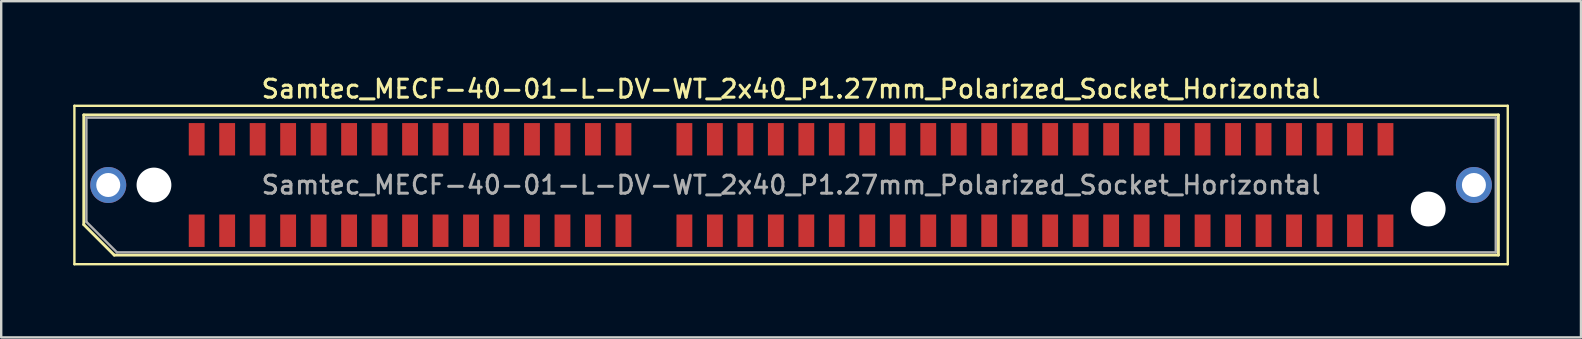
<source format=kicad_pcb>
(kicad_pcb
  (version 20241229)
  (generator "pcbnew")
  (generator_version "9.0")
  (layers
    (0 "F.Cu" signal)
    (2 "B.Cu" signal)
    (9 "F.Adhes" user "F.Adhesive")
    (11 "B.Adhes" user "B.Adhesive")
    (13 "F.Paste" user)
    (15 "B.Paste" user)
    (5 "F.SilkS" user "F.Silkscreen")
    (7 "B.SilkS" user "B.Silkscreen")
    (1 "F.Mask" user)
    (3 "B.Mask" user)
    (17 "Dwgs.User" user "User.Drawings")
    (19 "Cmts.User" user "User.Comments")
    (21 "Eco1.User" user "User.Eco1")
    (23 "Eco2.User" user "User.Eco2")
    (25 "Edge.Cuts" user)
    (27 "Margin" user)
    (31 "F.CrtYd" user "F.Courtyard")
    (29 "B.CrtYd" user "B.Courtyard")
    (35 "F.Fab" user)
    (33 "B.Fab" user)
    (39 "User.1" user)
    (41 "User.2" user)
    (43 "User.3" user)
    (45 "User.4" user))
  (footprint "Samtec_MECF-40-01-L-DV-WT_2x40_P1.27mm_Polarized_Socket_Horizontal"
    (layer "F.Cu")
    (at 29.91 4.658)
    (property "Reference" "Samtec_MECF-40-01-L-DV-WT_2x40_P1.27mm_Polarized_Socket_Horizontal" (at 0 -4 0) (layer "F.SilkS") (effects (font (size 0.75 0.75) (thickness 0.125))))
    (attr smd)
    (fp_line (start -29.86 -3.3) (end -29.86 3.3) (stroke (width 0.1) (type solid)) (layer "F.SilkS"))
    (fp_line (start -29.86 3.3) (end 29.86 3.3) (stroke (width 0.1) (type solid)) (layer "F.SilkS"))
    (fp_line (start -29.47 -2.92) (end 29.47 -2.92) (stroke (width 0.12) (type solid)) (layer "F.SilkS"))
    (fp_line (start -29.47 1.65) (end -29.47 -2.92) (stroke (width 0.12) (type solid)) (layer "F.SilkS"))
    (fp_line (start -28.2 2.92) (end -29.47 1.65) (stroke (width 0.12) (type solid)) (layer "F.SilkS"))
    (fp_line (start -28.2 2.92) (end 29.47 2.92) (stroke (width 0.12) (type solid)) (layer "F.SilkS"))
    (fp_line (start 29.47 2.92) (end 29.47 -2.92) (stroke (width 0.12) (type solid)) (layer "F.SilkS"))
    (fp_line (start 29.86 -3.3) (end -29.86 -3.3) (stroke (width 0.1) (type solid)) (layer "F.SilkS"))
    (fp_line (start 29.86 3.3) (end 29.86 -3.3) (stroke (width 0.1) (type solid)) (layer "F.SilkS"))
    (fp_line (start -29.36 -2.805) (end 29.36 -2.805) (stroke (width 0.1) (type solid)) (layer "F.Fab"))
    (fp_line (start -29.36 1.535) (end -29.36 -2.805) (stroke (width 0.1) (type solid)) (layer "F.Fab"))
    (fp_line (start -29.36 1.535) (end -28.09 2.805) (stroke (width 0.1) (type solid)) (layer "F.Fab"))
    (fp_line (start -28.09 2.805) (end 29.36 2.805) (stroke (width 0.1) (type solid)) (layer "F.Fab"))
    (fp_line (start 29.36 2.805) (end 29.36 -2.805) (stroke (width 0.1) (type solid)) (layer "F.Fab"))
    (fp_text user "${REFERENCE}" (at 0 0 0) (layer "F.Fab") (effects (font (size 0.75 0.75) (thickness 0.125))))
    (pad "" thru_hole circle (at -28.45 0) (size 1.5 1.5) (drill 1) (layers "*.Cu" "*.Mask"))
    (pad "" np_thru_hole circle (at -26.545 0) (size 1.45 1.45) (drill 1.45) (layers "*.Cu" "*.Mask"))
    (pad "" np_thru_hole circle (at 26.545 1) (size 1.45 1.45) (drill 1.45) (layers "*.Cu" "*.Mask"))
    (pad "" thru_hole circle (at 28.45 0) (size 1.5 1.5) (drill 1) (layers "*.Cu" "*.Mask"))
    (pad "1" smd rect (at -24.765 1.905) (size 0.66 1.35) (layers "F.Cu" "F.Mask" "F.Paste"))
    (pad "2" smd rect (at -24.765 -1.905) (size 0.66 1.35) (layers "F.Cu" "F.Mask" "F.Paste"))
    (pad "3" smd rect (at -23.495 1.905) (size 0.66 1.35) (layers "F.Cu" "F.Mask" "F.Paste"))
    (pad "4" smd rect (at -23.495 -1.905) (size 0.66 1.35) (layers "F.Cu" "F.Mask" "F.Paste"))
    (pad "5" smd rect (at -22.225 1.905) (size 0.66 1.35) (layers "F.Cu" "F.Mask" "F.Paste"))
    (pad "6" smd rect (at -22.225 -1.905) (size 0.66 1.35) (layers "F.Cu" "F.Mask" "F.Paste"))
    (pad "7" smd rect (at -20.955 1.905) (size 0.66 1.35) (layers "F.Cu" "F.Mask" "F.Paste"))
    (pad "8" smd rect (at -20.955 -1.905) (size 0.66 1.35) (layers "F.Cu" "F.Mask" "F.Paste"))
    (pad "9" smd rect (at -19.685 1.905) (size 0.66 1.35) (layers "F.Cu" "F.Mask" "F.Paste"))
    (pad "10" smd rect (at -19.685 -1.905) (size 0.66 1.35) (layers "F.Cu" "F.Mask" "F.Paste"))
    (pad "11" smd rect (at -18.415 1.905) (size 0.66 1.35) (layers "F.Cu" "F.Mask" "F.Paste"))
    (pad "12" smd rect (at -18.415 -1.905) (size 0.66 1.35) (layers "F.Cu" "F.Mask" "F.Paste"))
    (pad "13" smd rect (at -17.145 1.905) (size 0.66 1.35) (layers "F.Cu" "F.Mask" "F.Paste"))
    (pad "14" smd rect (at -17.145 -1.905) (size 0.66 1.35) (layers "F.Cu" "F.Mask" "F.Paste"))
    (pad "15" smd rect (at -15.875 1.905) (size 0.66 1.35) (layers "F.Cu" "F.Mask" "F.Paste"))
    (pad "16" smd rect (at -15.875 -1.905) (size 0.66 1.35) (layers "F.Cu" "F.Mask" "F.Paste"))
    (pad "17" smd rect (at -14.605 1.905) (size 0.66 1.35) (layers "F.Cu" "F.Mask" "F.Paste"))
    (pad "18" smd rect (at -14.605 -1.905) (size 0.66 1.35) (layers "F.Cu" "F.Mask" "F.Paste"))
    (pad "19" smd rect (at -13.335 1.905) (size 0.66 1.35) (layers "F.Cu" "F.Mask" "F.Paste"))
    (pad "20" smd rect (at -13.335 -1.905) (size 0.66 1.35) (layers "F.Cu" "F.Mask" "F.Paste"))
    (pad "21" smd rect (at -12.065 1.905) (size 0.66 1.35) (layers "F.Cu" "F.Mask" "F.Paste"))
    (pad "22" smd rect (at -12.065 -1.905) (size 0.66 1.35) (layers "F.Cu" "F.Mask" "F.Paste"))
    (pad "23" smd rect (at -10.795 1.905) (size 0.66 1.35) (layers "F.Cu" "F.Mask" "F.Paste"))
    (pad "24" smd rect (at -10.795 -1.905) (size 0.66 1.35) (layers "F.Cu" "F.Mask" "F.Paste"))
    (pad "25" smd rect (at -9.525 1.905) (size 0.66 1.35) (layers "F.Cu" "F.Mask" "F.Paste"))
    (pad "26" smd rect (at -9.525 -1.905) (size 0.66 1.35) (layers "F.Cu" "F.Mask" "F.Paste"))
    (pad "27" smd rect (at -8.255 1.905) (size 0.66 1.35) (layers "F.Cu" "F.Mask" "F.Paste"))
    (pad "28" smd rect (at -8.255 -1.905) (size 0.66 1.35) (layers "F.Cu" "F.Mask" "F.Paste"))
    (pad "29" smd rect (at -6.985 1.905) (size 0.66 1.35) (layers "F.Cu" "F.Mask" "F.Paste"))
    (pad "30" smd rect (at -6.985 -1.905) (size 0.66 1.35) (layers "F.Cu" "F.Mask" "F.Paste"))
    (pad "33" smd rect (at -4.445 1.905) (size 0.66 1.35) (layers "F.Cu" "F.Mask" "F.Paste"))
    (pad "34" smd rect (at -4.445 -1.905) (size 0.66 1.35) (layers "F.Cu" "F.Mask" "F.Paste"))
    (pad "35" smd rect (at -3.175 1.905) (size 0.66 1.35) (layers "F.Cu" "F.Mask" "F.Paste"))
    (pad "36" smd rect (at -3.175 -1.905) (size 0.66 1.35) (layers "F.Cu" "F.Mask" "F.Paste"))
    (pad "37" smd rect (at -1.905 1.905) (size 0.66 1.35) (layers "F.Cu" "F.Mask" "F.Paste"))
    (pad "38" smd rect (at -1.905 -1.905) (size 0.66 1.35) (layers "F.Cu" "F.Mask" "F.Paste"))
    (pad "39" smd rect (at -0.635 1.905) (size 0.66 1.35) (layers "F.Cu" "F.Mask" "F.Paste"))
    (pad "40" smd rect (at -0.635 -1.905) (size 0.66 1.35) (layers "F.Cu" "F.Mask" "F.Paste"))
    (pad "41" smd rect (at 0.635 1.905) (size 0.66 1.35) (layers "F.Cu" "F.Mask" "F.Paste"))
    (pad "42" smd rect (at 0.635 -1.905) (size 0.66 1.35) (layers "F.Cu" "F.Mask" "F.Paste"))
    (pad "43" smd rect (at 1.905 1.905) (size 0.66 1.35) (layers "F.Cu" "F.Mask" "F.Paste"))
    (pad "44" smd rect (at 1.905 -1.905) (size 0.66 1.35) (layers "F.Cu" "F.Mask" "F.Paste"))
    (pad "45" smd rect (at 3.175 1.905) (size 0.66 1.35) (layers "F.Cu" "F.Mask" "F.Paste"))
    (pad "46" smd rect (at 3.175 -1.905) (size 0.66 1.35) (layers "F.Cu" "F.Mask" "F.Paste"))
    (pad "47" smd rect (at 4.445 1.905) (size 0.66 1.35) (layers "F.Cu" "F.Mask" "F.Paste"))
    (pad "48" smd rect (at 4.445 -1.905) (size 0.66 1.35) (layers "F.Cu" "F.Mask" "F.Paste"))
    (pad "49" smd rect (at 5.715 1.905) (size 0.66 1.35) (layers "F.Cu" "F.Mask" "F.Paste"))
    (pad "50" smd rect (at 5.715 -1.905) (size 0.66 1.35) (layers "F.Cu" "F.Mask" "F.Paste"))
    (pad "51" smd rect (at 6.985 1.905) (size 0.66 1.35) (layers "F.Cu" "F.Mask" "F.Paste"))
    (pad "52" smd rect (at 6.985 -1.905) (size 0.66 1.35) (layers "F.Cu" "F.Mask" "F.Paste"))
    (pad "53" smd rect (at 8.255 1.905) (size 0.66 1.35) (layers "F.Cu" "F.Mask" "F.Paste"))
    (pad "54" smd rect (at 8.255 -1.905) (size 0.66 1.35) (layers "F.Cu" "F.Mask" "F.Paste"))
    (pad "55" smd rect (at 9.525 1.905) (size 0.66 1.35) (layers "F.Cu" "F.Mask" "F.Paste"))
    (pad "56" smd rect (at 9.525 -1.905) (size 0.66 1.35) (layers "F.Cu" "F.Mask" "F.Paste"))
    (pad "57" smd rect (at 10.795 1.905) (size 0.66 1.35) (layers "F.Cu" "F.Mask" "F.Paste"))
    (pad "58" smd rect (at 10.795 -1.905) (size 0.66 1.35) (layers "F.Cu" "F.Mask" "F.Paste"))
    (pad "59" smd rect (at 12.065 1.905) (size 0.66 1.35) (layers "F.Cu" "F.Mask" "F.Paste"))
    (pad "60" smd rect (at 12.065 -1.905) (size 0.66 1.35) (layers "F.Cu" "F.Mask" "F.Paste"))
    (pad "61" smd rect (at 13.335 1.905) (size 0.66 1.35) (layers "F.Cu" "F.Mask" "F.Paste"))
    (pad "62" smd rect (at 13.335 -1.905) (size 0.66 1.35) (layers "F.Cu" "F.Mask" "F.Paste"))
    (pad "63" smd rect (at 14.605 1.905) (size 0.66 1.35) (layers "F.Cu" "F.Mask" "F.Paste"))
    (pad "64" smd rect (at 14.605 -1.905) (size 0.66 1.35) (layers "F.Cu" "F.Mask" "F.Paste"))
    (pad "65" smd rect (at 15.875 1.905) (size 0.66 1.35) (layers "F.Cu" "F.Mask" "F.Paste"))
    (pad "66" smd rect (at 15.875 -1.905) (size 0.66 1.35) (layers "F.Cu" "F.Mask" "F.Paste"))
    (pad "67" smd rect (at 17.145 1.905) (size 0.66 1.35) (layers "F.Cu" "F.Mask" "F.Paste"))
    (pad "68" smd rect (at 17.145 -1.905) (size 0.66 1.35) (layers "F.Cu" "F.Mask" "F.Paste"))
    (pad "69" smd rect (at 18.415 1.905) (size 0.66 1.35) (layers "F.Cu" "F.Mask" "F.Paste"))
    (pad "70" smd rect (at 18.415 -1.905) (size 0.66 1.35) (layers "F.Cu" "F.Mask" "F.Paste"))
    (pad "71" smd rect (at 19.685 1.905) (size 0.66 1.35) (layers "F.Cu" "F.Mask" "F.Paste"))
    (pad "72" smd rect (at 19.685 -1.905) (size 0.66 1.35) (layers "F.Cu" "F.Mask" "F.Paste"))
    (pad "73" smd rect (at 20.955 1.905) (size 0.66 1.35) (layers "F.Cu" "F.Mask" "F.Paste"))
    (pad "74" smd rect (at 20.955 -1.905) (size 0.66 1.35) (layers "F.Cu" "F.Mask" "F.Paste"))
    (pad "75" smd rect (at 22.225 1.905) (size 0.66 1.35) (layers "F.Cu" "F.Mask" "F.Paste"))
    (pad "76" smd rect (at 22.225 -1.905) (size 0.66 1.35) (layers "F.Cu" "F.Mask" "F.Paste"))
    (pad "77" smd rect (at 23.495 1.905) (size 0.66 1.35) (layers "F.Cu" "F.Mask" "F.Paste"))
    (pad "78" smd rect (at 23.495 -1.905) (size 0.66 1.35) (layers "F.Cu" "F.Mask" "F.Paste"))
    (pad "79" smd rect (at 24.765 1.905) (size 0.66 1.35) (layers "F.Cu" "F.Mask" "F.Paste"))
    (pad "80" smd rect (at 24.765 -1.905) (size 0.66 1.35) (layers "F.Cu" "F.Mask" "F.Paste")))
  (gr_rect
    (start -3 -3)
    (end 62.82 11.008)
    (stroke (width 0.1) (type default))
    (fill no)
    (layer "Edge.Cuts")))
</source>
